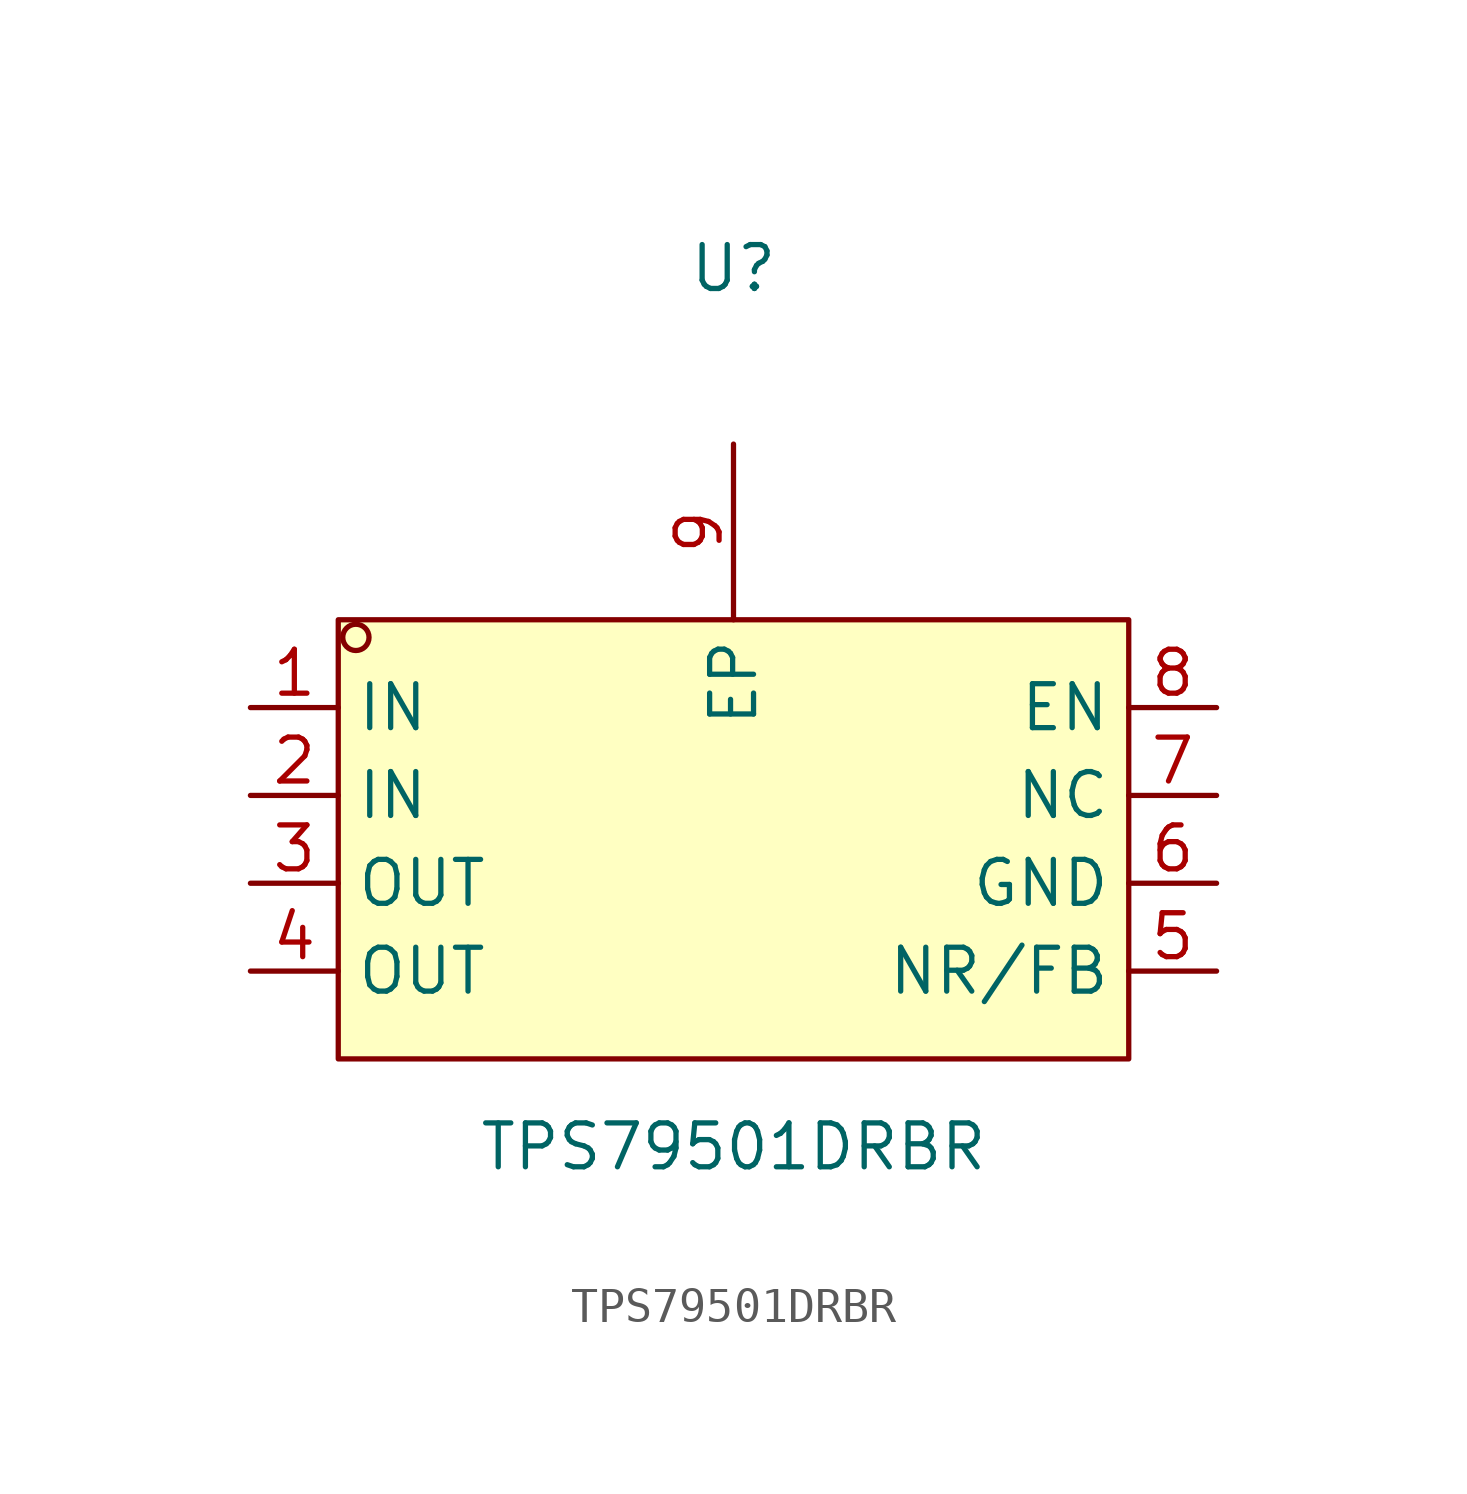
<source format=kicad_sym>
(kicad_symbol_lib
  (version 20211014)
  (generator https://github.com/uPesy/easyeda2kicad.py)
  (symbol "TPS79501DRBR"
    (property "Reference" "U"
      (at 0 16.51 0)
      (effects (font (size 1.27 1.27))))
    (property "Value" "TPS79501DRBR"
      (at 0 -8.89 0)
      (effects (font (size 1.27 1.27))))
    (symbol "TPS79501DRBR_0_1"
      (rectangle (start -11.43 6.35) (end 11.43 -6.35) (stroke (width 0) (type default) (color 0 0 0 0)) (fill (type background)))
      (circle (center -10.92 5.84) (radius 0.38) (stroke (width 0) (type default) (color 0 0 0 0)) (fill (type none)))
      (pin unspecified line (at -13.97 3.81 0) (length 2.54) (name "IN" (effects (font (size 1.27 1.27)))) (number "1" (effects (font (size 1.27 1.27)))))
      (pin unspecified line (at -13.97 1.27 0) (length 2.54) (name "IN" (effects (font (size 1.27 1.27)))) (number "2" (effects (font (size 1.27 1.27)))))
      (pin unspecified line (at -13.97 -1.27 0) (length 2.54) (name "OUT" (effects (font (size 1.27 1.27)))) (number "3" (effects (font (size 1.27 1.27)))))
      (pin unspecified line (at -13.97 -3.81 0) (length 2.54) (name "OUT" (effects (font (size 1.27 1.27)))) (number "4" (effects (font (size 1.27 1.27)))))
      (pin unspecified line (at 13.97 -3.81 180) (length 2.54) (name "NR/FB" (effects (font (size 1.27 1.27)))) (number "5" (effects (font (size 1.27 1.27)))))
      (pin unspecified line (at 13.97 -1.27 180) (length 2.54) (name "GND" (effects (font (size 1.27 1.27)))) (number "6" (effects (font (size 1.27 1.27)))))
      (pin unspecified line (at 13.97 1.27 180) (length 2.54) (name "NC" (effects (font (size 1.27 1.27)))) (number "7" (effects (font (size 1.27 1.27)))))
      (pin unspecified line (at 13.97 3.81 180) (length 2.54) (name "EN" (effects (font (size 1.27 1.27)))) (number "8" (effects (font (size 1.27 1.27)))))
      (pin unspecified line (at 0.00 11.43 270) (length 5.08) (name "EP" (effects (font (size 1.27 1.27)))) (number "9" (effects (font (size 1.27 1.27))))))))
</source>
